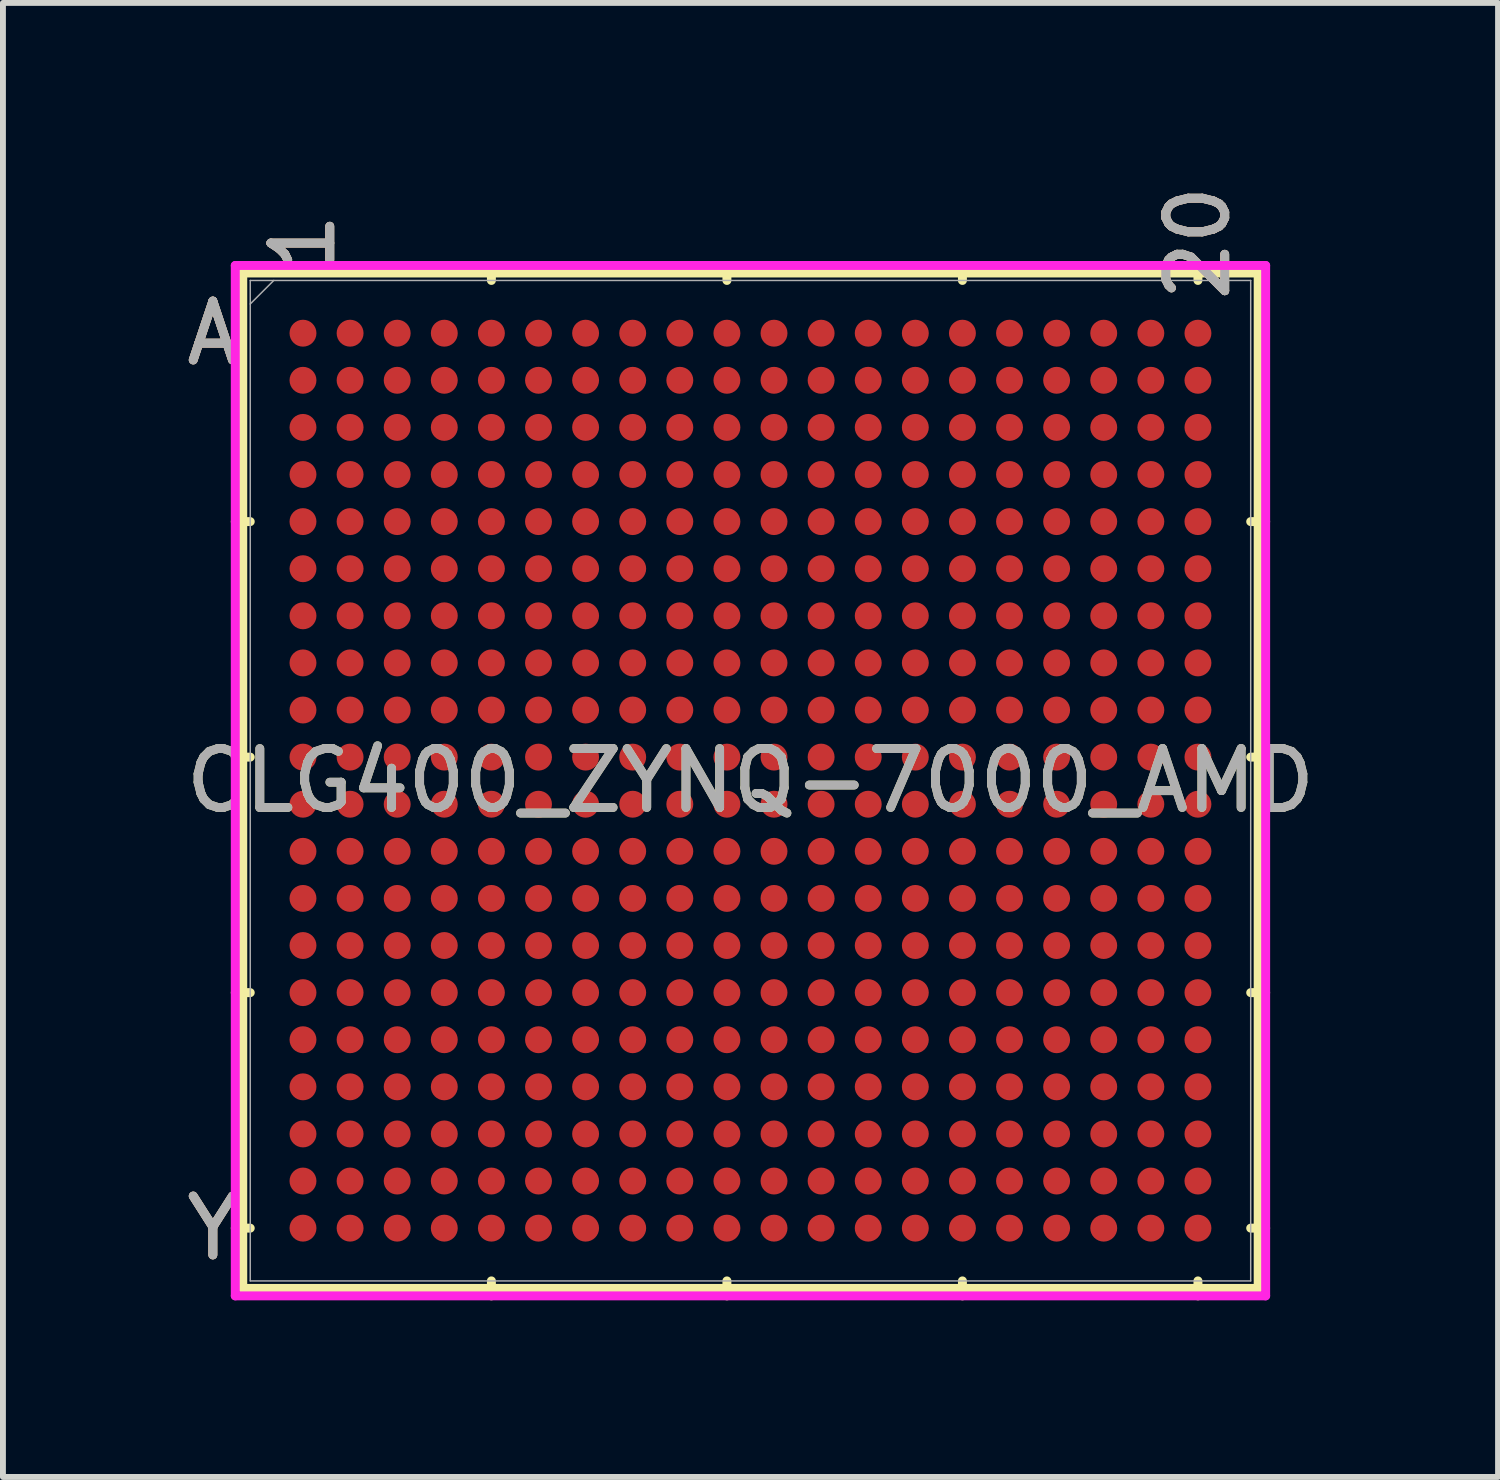
<source format=kicad_pcb>
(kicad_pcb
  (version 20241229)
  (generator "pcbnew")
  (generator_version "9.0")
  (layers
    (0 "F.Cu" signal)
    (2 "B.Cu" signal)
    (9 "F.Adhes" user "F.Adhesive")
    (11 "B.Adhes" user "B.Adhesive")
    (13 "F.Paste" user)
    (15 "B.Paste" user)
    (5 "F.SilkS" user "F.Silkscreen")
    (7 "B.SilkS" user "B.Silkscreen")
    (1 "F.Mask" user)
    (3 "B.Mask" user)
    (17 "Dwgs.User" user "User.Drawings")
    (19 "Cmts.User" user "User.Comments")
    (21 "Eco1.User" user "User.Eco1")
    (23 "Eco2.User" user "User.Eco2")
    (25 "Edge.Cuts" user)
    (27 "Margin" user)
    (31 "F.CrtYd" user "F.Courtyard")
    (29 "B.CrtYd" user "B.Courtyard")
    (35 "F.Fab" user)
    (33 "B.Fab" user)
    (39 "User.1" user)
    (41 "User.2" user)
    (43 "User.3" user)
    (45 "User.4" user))
  (footprint "CLG400_ZYNQ-7000_AMD"
    (layer "F.Cu")
    (at 9.696 10.209)
    (property "Reference" "CLG400_ZYNQ-7000_AMD" (at 0 0 0) (unlocked yes) (layer "F.SilkS") (effects (font (size 1 1) (thickness 0.15))))
    (attr smd)
    (fp_line (start -8.623 -8.623) (end -8.623 8.623) (stroke (width 0.152) (type solid)) (layer "F.SilkS"))
    (fp_line (start -8.623 8.623) (end 8.623 8.623) (stroke (width 0.152) (type solid)) (layer "F.SilkS"))
    (fp_line (start -8.496 -4.4) (end -8.75 -4.4) (stroke (width 0.152) (type solid)) (layer "F.SilkS"))
    (fp_line (start -8.496 -0.4) (end -8.75 -0.4) (stroke (width 0.152) (type solid)) (layer "F.SilkS"))
    (fp_line (start -8.496 3.6) (end -8.75 3.6) (stroke (width 0.152) (type solid)) (layer "F.SilkS"))
    (fp_line (start -8.496 7.6) (end -8.75 7.6) (stroke (width 0.152) (type solid)) (layer "F.SilkS"))
    (fp_line (start -4.4 -8.496) (end -4.4 -8.75) (stroke (width 0.152) (type solid)) (layer "F.SilkS"))
    (fp_line (start -4.4 8.496) (end -4.4 8.75) (stroke (width 0.152) (type solid)) (layer "F.SilkS"))
    (fp_line (start -0.4 -8.496) (end -0.4 -8.75) (stroke (width 0.152) (type solid)) (layer "F.SilkS"))
    (fp_line (start -0.4 8.496) (end -0.4 8.75) (stroke (width 0.152) (type solid)) (layer "F.SilkS"))
    (fp_line (start 3.6 -8.496) (end 3.6 -8.75) (stroke (width 0.152) (type solid)) (layer "F.SilkS"))
    (fp_line (start 3.6 8.496) (end 3.6 8.75) (stroke (width 0.152) (type solid)) (layer "F.SilkS"))
    (fp_line (start 7.6 -8.496) (end 7.6 -8.75) (stroke (width 0.152) (type solid)) (layer "F.SilkS"))
    (fp_line (start 7.6 8.496) (end 7.6 8.75) (stroke (width 0.152) (type solid)) (layer "F.SilkS"))
    (fp_line (start 8.496 -4.4) (end 8.75 -4.4) (stroke (width 0.152) (type solid)) (layer "F.SilkS"))
    (fp_line (start 8.496 -0.4) (end 8.75 -0.4) (stroke (width 0.152) (type solid)) (layer "F.SilkS"))
    (fp_line (start 8.496 3.6) (end 8.75 3.6) (stroke (width 0.152) (type solid)) (layer "F.SilkS"))
    (fp_line (start 8.496 7.6) (end 8.75 7.6) (stroke (width 0.152) (type solid)) (layer "F.SilkS"))
    (fp_line (start 8.623 -8.623) (end -8.623 -8.623) (stroke (width 0.152) (type solid)) (layer "F.SilkS"))
    (fp_line (start 8.623 8.623) (end 8.623 -8.623) (stroke (width 0.152) (type solid)) (layer "F.SilkS"))
    (fp_poly (pts (xy -8.444 -8.444) (xy 8.444 -8.444) (xy 8.444 8.444) (xy -8.444 8.444)) (stroke (width 0.1) (type solid)) (fill no) (layer "Eco2.User"))
    (fp_line (start -8.75 -8.75) (end 8.75 -8.75) (stroke (width 0.152) (type solid)) (layer "F.CrtYd"))
    (fp_line (start -8.75 8.75) (end -8.75 -8.75) (stroke (width 0.152) (type solid)) (layer "F.CrtYd"))
    (fp_line (start 8.75 -8.75) (end 8.75 8.75) (stroke (width 0.152) (type solid)) (layer "F.CrtYd"))
    (fp_line (start 8.75 8.75) (end -8.75 8.75) (stroke (width 0.152) (type solid)) (layer "F.CrtYd"))
    (fp_line (start -8.496 -8.496) (end -8.496 8.496) (stroke (width 0.025) (type solid)) (layer "F.Fab"))
    (fp_line (start -8.496 8.496) (end 8.496 8.496) (stroke (width 0.025) (type solid)) (layer "F.Fab"))
    (fp_line (start -8.096 -8.496) (end -8.496 -8.096) (stroke (width 0.025) (type solid)) (layer "F.Fab"))
    (fp_line (start 8.496 -8.496) (end -8.496 -8.496) (stroke (width 0.025) (type solid)) (layer "F.Fab"))
    (fp_line (start 8.496 8.496) (end 8.496 -8.496) (stroke (width 0.025) (type solid)) (layer "F.Fab"))
    (fp_text user "20" (at 7.6 -9.131 90) (unlocked yes) (layer "F.SilkS") (effects (font (size 1 1) (thickness 0.15))))
    (fp_text user "1" (at -7.6 -9.131 90) (unlocked yes) (layer "F.SilkS") (effects (font (size 1 1) (thickness 0.15))))
    (fp_text user "A" (at -9.131 -7.6 0) (unlocked yes) (layer "F.SilkS") (effects (font (size 1 1) (thickness 0.15))))
    (fp_text user "Y" (at -9.131 7.6 0) (unlocked yes) (layer "F.SilkS") (effects (font (size 1 1) (thickness 0.15))))
    (fp_text user "Y" (at -9.131 7.6 0) (unlocked yes) (layer "B.SilkS") (effects (font (size 1 1) (thickness 0.15))))
    (fp_text user "A" (at -9.131 -7.6 0) (unlocked yes) (layer "B.SilkS") (effects (font (size 1 1) (thickness 0.15))))
    (fp_text user "1" (at -7.6 -9.131 90) (unlocked yes) (layer "B.SilkS") (effects (font (size 1 1) (thickness 0.15))))
    (fp_text user "20" (at 7.6 -9.131 90) (unlocked yes) (layer "B.SilkS") (effects (font (size 1 1) (thickness 0.15))))
    (fp_text user "A" (at -9.131 -7.6 0) (unlocked yes) (layer "F.Fab") (effects (font (size 1 1) (thickness 0.15))))
    (fp_text user "${REFERENCE}" (at 0 0 0) (unlocked yes) (layer "F.Fab") (effects (font (size 1 1) (thickness 0.15))))
    (fp_text user "Y" (at -9.131 7.6 0) (unlocked yes) (layer "F.Fab") (effects (font (size 1 1) (thickness 0.15))))
    (fp_text user "1" (at -7.6 -9.131 90) (unlocked yes) (layer "F.Fab") (effects (font (size 1 1) (thickness 0.15))))
    (fp_text user "20" (at 7.6 -9.131 90) (unlocked yes) (layer "F.Fab") (effects (font (size 1 1) (thickness 0.15))))
    (pad "A1" smd circle (at -7.6 -7.6) (size 0.457 0.457) (layers "F.Cu" "F.Mask" "F.Paste"))
    (pad "A2" smd circle (at -6.8 -7.6) (size 0.457 0.457) (layers "F.Cu" "F.Mask" "F.Paste"))
    (pad "A3" smd circle (at -6 -7.6) (size 0.457 0.457) (layers "F.Cu" "F.Mask" "F.Paste"))
    (pad "A4" smd circle (at -5.2 -7.6) (size 0.457 0.457) (layers "F.Cu" "F.Mask" "F.Paste"))
    (pad "A5" smd circle (at -4.4 -7.6) (size 0.457 0.457) (layers "F.Cu" "F.Mask" "F.Paste"))
    (pad "A6" smd circle (at -3.6 -7.6) (size 0.457 0.457) (layers "F.Cu" "F.Mask" "F.Paste"))
    (pad "A7" smd circle (at -2.8 -7.6) (size 0.457 0.457) (layers "F.Cu" "F.Mask" "F.Paste"))
    (pad "A8" smd circle (at -2 -7.6) (size 0.457 0.457) (layers "F.Cu" "F.Mask" "F.Paste"))
    (pad "A9" smd circle (at -1.2 -7.6) (size 0.457 0.457) (layers "F.Cu" "F.Mask" "F.Paste"))
    (pad "A10" smd circle (at -0.4 -7.6) (size 0.457 0.457) (layers "F.Cu" "F.Mask" "F.Paste"))
    (pad "A11" smd circle (at 0.4 -7.6) (size 0.457 0.457) (layers "F.Cu" "F.Mask" "F.Paste"))
    (pad "A12" smd circle (at 1.2 -7.6) (size 0.457 0.457) (layers "F.Cu" "F.Mask" "F.Paste"))
    (pad "A13" smd circle (at 2 -7.6) (size 0.457 0.457) (layers "F.Cu" "F.Mask" "F.Paste"))
    (pad "A14" smd circle (at 2.8 -7.6) (size 0.457 0.457) (layers "F.Cu" "F.Mask" "F.Paste"))
    (pad "A15" smd circle (at 3.6 -7.6) (size 0.457 0.457) (layers "F.Cu" "F.Mask" "F.Paste"))
    (pad "A16" smd circle (at 4.4 -7.6) (size 0.457 0.457) (layers "F.Cu" "F.Mask" "F.Paste"))
    (pad "A17" smd circle (at 5.2 -7.6) (size 0.457 0.457) (layers "F.Cu" "F.Mask" "F.Paste"))
    (pad "A18" smd circle (at 6 -7.6) (size 0.457 0.457) (layers "F.Cu" "F.Mask" "F.Paste"))
    (pad "A19" smd circle (at 6.8 -7.6) (size 0.457 0.457) (layers "F.Cu" "F.Mask" "F.Paste"))
    (pad "A20" smd circle (at 7.6 -7.6) (size 0.457 0.457) (layers "F.Cu" "F.Mask" "F.Paste"))
    (pad "B1" smd circle (at -7.6 -6.8) (size 0.457 0.457) (layers "F.Cu" "F.Mask" "F.Paste"))
    (pad "B2" smd circle (at -6.8 -6.8) (size 0.457 0.457) (layers "F.Cu" "F.Mask" "F.Paste"))
    (pad "B3" smd circle (at -6 -6.8) (size 0.457 0.457) (layers "F.Cu" "F.Mask" "F.Paste"))
    (pad "B4" smd circle (at -5.2 -6.8) (size 0.457 0.457) (layers "F.Cu" "F.Mask" "F.Paste"))
    (pad "B5" smd circle (at -4.4 -6.8) (size 0.457 0.457) (layers "F.Cu" "F.Mask" "F.Paste"))
    (pad "B6" smd circle (at -3.6 -6.8) (size 0.457 0.457) (layers "F.Cu" "F.Mask" "F.Paste"))
    (pad "B7" smd circle (at -2.8 -6.8) (size 0.457 0.457) (layers "F.Cu" "F.Mask" "F.Paste"))
    (pad "B8" smd circle (at -2 -6.8) (size 0.457 0.457) (layers "F.Cu" "F.Mask" "F.Paste"))
    (pad "B9" smd circle (at -1.2 -6.8) (size 0.457 0.457) (layers "F.Cu" "F.Mask" "F.Paste"))
    (pad "B10" smd circle (at -0.4 -6.8) (size 0.457 0.457) (layers "F.Cu" "F.Mask" "F.Paste"))
    (pad "B11" smd circle (at 0.4 -6.8) (size 0.457 0.457) (layers "F.Cu" "F.Mask" "F.Paste"))
    (pad "B12" smd circle (at 1.2 -6.8) (size 0.457 0.457) (layers "F.Cu" "F.Mask" "F.Paste"))
    (pad "B13" smd circle (at 2 -6.8) (size 0.457 0.457) (layers "F.Cu" "F.Mask" "F.Paste"))
    (pad "B14" smd circle (at 2.8 -6.8) (size 0.457 0.457) (layers "F.Cu" "F.Mask" "F.Paste"))
    (pad "B15" smd circle (at 3.6 -6.8) (size 0.457 0.457) (layers "F.Cu" "F.Mask" "F.Paste"))
    (pad "B16" smd circle (at 4.4 -6.8) (size 0.457 0.457) (layers "F.Cu" "F.Mask" "F.Paste"))
    (pad "B17" smd circle (at 5.2 -6.8) (size 0.457 0.457) (layers "F.Cu" "F.Mask" "F.Paste"))
    (pad "B18" smd circle (at 6 -6.8) (size 0.457 0.457) (layers "F.Cu" "F.Mask" "F.Paste"))
    (pad "B19" smd circle (at 6.8 -6.8) (size 0.457 0.457) (layers "F.Cu" "F.Mask" "F.Paste"))
    (pad "B20" smd circle (at 7.6 -6.8) (size 0.457 0.457) (layers "F.Cu" "F.Mask" "F.Paste"))
    (pad "C1" smd circle (at -7.6 -6) (size 0.457 0.457) (layers "F.Cu" "F.Mask" "F.Paste"))
    (pad "C2" smd circle (at -6.8 -6) (size 0.457 0.457) (layers "F.Cu" "F.Mask" "F.Paste"))
    (pad "C3" smd circle (at -6 -6) (size 0.457 0.457) (layers "F.Cu" "F.Mask" "F.Paste"))
    (pad "C4" smd circle (at -5.2 -6) (size 0.457 0.457) (layers "F.Cu" "F.Mask" "F.Paste"))
    (pad "C5" smd circle (at -4.4 -6) (size 0.457 0.457) (layers "F.Cu" "F.Mask" "F.Paste"))
    (pad "C6" smd circle (at -3.6 -6) (size 0.457 0.457) (layers "F.Cu" "F.Mask" "F.Paste"))
    (pad "C7" smd circle (at -2.8 -6) (size 0.457 0.457) (layers "F.Cu" "F.Mask" "F.Paste"))
    (pad "C8" smd circle (at -2 -6) (size 0.457 0.457) (layers "F.Cu" "F.Mask" "F.Paste"))
    (pad "C9" smd circle (at -1.2 -6) (size 0.457 0.457) (layers "F.Cu" "F.Mask" "F.Paste"))
    (pad "C10" smd circle (at -0.4 -6) (size 0.457 0.457) (layers "F.Cu" "F.Mask" "F.Paste"))
    (pad "C11" smd circle (at 0.4 -6) (size 0.457 0.457) (layers "F.Cu" "F.Mask" "F.Paste"))
    (pad "C12" smd circle (at 1.2 -6) (size 0.457 0.457) (layers "F.Cu" "F.Mask" "F.Paste"))
    (pad "C13" smd circle (at 2 -6) (size 0.457 0.457) (layers "F.Cu" "F.Mask" "F.Paste"))
    (pad "C14" smd circle (at 2.8 -6) (size 0.457 0.457) (layers "F.Cu" "F.Mask" "F.Paste"))
    (pad "C15" smd circle (at 3.6 -6) (size 0.457 0.457) (layers "F.Cu" "F.Mask" "F.Paste"))
    (pad "C16" smd circle (at 4.4 -6) (size 0.457 0.457) (layers "F.Cu" "F.Mask" "F.Paste"))
    (pad "C17" smd circle (at 5.2 -6) (size 0.457 0.457) (layers "F.Cu" "F.Mask" "F.Paste"))
    (pad "C18" smd circle (at 6 -6) (size 0.457 0.457) (layers "F.Cu" "F.Mask" "F.Paste"))
    (pad "C19" smd circle (at 6.8 -6) (size 0.457 0.457) (layers "F.Cu" "F.Mask" "F.Paste"))
    (pad "C20" smd circle (at 7.6 -6) (size 0.457 0.457) (layers "F.Cu" "F.Mask" "F.Paste"))
    (pad "D1" smd circle (at -7.6 -5.2) (size 0.457 0.457) (layers "F.Cu" "F.Mask" "F.Paste"))
    (pad "D2" smd circle (at -6.8 -5.2) (size 0.457 0.457) (layers "F.Cu" "F.Mask" "F.Paste"))
    (pad "D3" smd circle (at -6 -5.2) (size 0.457 0.457) (layers "F.Cu" "F.Mask" "F.Paste"))
    (pad "D4" smd circle (at -5.2 -5.2) (size 0.457 0.457) (layers "F.Cu" "F.Mask" "F.Paste"))
    (pad "D5" smd circle (at -4.4 -5.2) (size 0.457 0.457) (layers "F.Cu" "F.Mask" "F.Paste"))
    (pad "D6" smd circle (at -3.6 -5.2) (size 0.457 0.457) (layers "F.Cu" "F.Mask" "F.Paste"))
    (pad "D7" smd circle (at -2.8 -5.2) (size 0.457 0.457) (layers "F.Cu" "F.Mask" "F.Paste"))
    (pad "D8" smd circle (at -2 -5.2) (size 0.457 0.457) (layers "F.Cu" "F.Mask" "F.Paste"))
    (pad "D9" smd circle (at -1.2 -5.2) (size 0.457 0.457) (layers "F.Cu" "F.Mask" "F.Paste"))
    (pad "D10" smd circle (at -0.4 -5.2) (size 0.457 0.457) (layers "F.Cu" "F.Mask" "F.Paste"))
    (pad "D11" smd circle (at 0.4 -5.2) (size 0.457 0.457) (layers "F.Cu" "F.Mask" "F.Paste"))
    (pad "D12" smd circle (at 1.2 -5.2) (size 0.457 0.457) (layers "F.Cu" "F.Mask" "F.Paste"))
    (pad "D13" smd circle (at 2 -5.2) (size 0.457 0.457) (layers "F.Cu" "F.Mask" "F.Paste"))
    (pad "D14" smd circle (at 2.8 -5.2) (size 0.457 0.457) (layers "F.Cu" "F.Mask" "F.Paste"))
    (pad "D15" smd circle (at 3.6 -5.2) (size 0.457 0.457) (layers "F.Cu" "F.Mask" "F.Paste"))
    (pad "D16" smd circle (at 4.4 -5.2) (size 0.457 0.457) (layers "F.Cu" "F.Mask" "F.Paste"))
    (pad "D17" smd circle (at 5.2 -5.2) (size 0.457 0.457) (layers "F.Cu" "F.Mask" "F.Paste"))
    (pad "D18" smd circle (at 6 -5.2) (size 0.457 0.457) (layers "F.Cu" "F.Mask" "F.Paste"))
    (pad "D19" smd circle (at 6.8 -5.2) (size 0.457 0.457) (layers "F.Cu" "F.Mask" "F.Paste"))
    (pad "D20" smd circle (at 7.6 -5.2) (size 0.457 0.457) (layers "F.Cu" "F.Mask" "F.Paste"))
    (pad "E1" smd circle (at -7.6 -4.4) (size 0.457 0.457) (layers "F.Cu" "F.Mask" "F.Paste"))
    (pad "E2" smd circle (at -6.8 -4.4) (size 0.457 0.457) (layers "F.Cu" "F.Mask" "F.Paste"))
    (pad "E3" smd circle (at -6 -4.4) (size 0.457 0.457) (layers "F.Cu" "F.Mask" "F.Paste"))
    (pad "E4" smd circle (at -5.2 -4.4) (size 0.457 0.457) (layers "F.Cu" "F.Mask" "F.Paste"))
    (pad "E5" smd circle (at -4.4 -4.4) (size 0.457 0.457) (layers "F.Cu" "F.Mask" "F.Paste"))
    (pad "E6" smd circle (at -3.6 -4.4) (size 0.457 0.457) (layers "F.Cu" "F.Mask" "F.Paste"))
    (pad "E7" smd circle (at -2.8 -4.4) (size 0.457 0.457) (layers "F.Cu" "F.Mask" "F.Paste"))
    (pad "E8" smd circle (at -2 -4.4) (size 0.457 0.457) (layers "F.Cu" "F.Mask" "F.Paste"))
    (pad "E9" smd circle (at -1.2 -4.4) (size 0.457 0.457) (layers "F.Cu" "F.Mask" "F.Paste"))
    (pad "E10" smd circle (at -0.4 -4.4) (size 0.457 0.457) (layers "F.Cu" "F.Mask" "F.Paste"))
    (pad "E11" smd circle (at 0.4 -4.4) (size 0.457 0.457) (layers "F.Cu" "F.Mask" "F.Paste"))
    (pad "E12" smd circle (at 1.2 -4.4) (size 0.457 0.457) (layers "F.Cu" "F.Mask" "F.Paste"))
    (pad "E13" smd circle (at 2 -4.4) (size 0.457 0.457) (layers "F.Cu" "F.Mask" "F.Paste"))
    (pad "E14" smd circle (at 2.8 -4.4) (size 0.457 0.457) (layers "F.Cu" "F.Mask" "F.Paste"))
    (pad "E15" smd circle (at 3.6 -4.4) (size 0.457 0.457) (layers "F.Cu" "F.Mask" "F.Paste"))
    (pad "E16" smd circle (at 4.4 -4.4) (size 0.457 0.457) (layers "F.Cu" "F.Mask" "F.Paste"))
    (pad "E17" smd circle (at 5.2 -4.4) (size 0.457 0.457) (layers "F.Cu" "F.Mask" "F.Paste"))
    (pad "E18" smd circle (at 6 -4.4) (size 0.457 0.457) (layers "F.Cu" "F.Mask" "F.Paste"))
    (pad "E19" smd circle (at 6.8 -4.4) (size 0.457 0.457) (layers "F.Cu" "F.Mask" "F.Paste"))
    (pad "E20" smd circle (at 7.6 -4.4) (size 0.457 0.457) (layers "F.Cu" "F.Mask" "F.Paste"))
    (pad "F1" smd circle (at -7.6 -3.6) (size 0.457 0.457) (layers "F.Cu" "F.Mask" "F.Paste"))
    (pad "F2" smd circle (at -6.8 -3.6) (size 0.457 0.457) (layers "F.Cu" "F.Mask" "F.Paste"))
    (pad "F3" smd circle (at -6 -3.6) (size 0.457 0.457) (layers "F.Cu" "F.Mask" "F.Paste"))
    (pad "F4" smd circle (at -5.2 -3.6) (size 0.457 0.457) (layers "F.Cu" "F.Mask" "F.Paste"))
    (pad "F5" smd circle (at -4.4 -3.6) (size 0.457 0.457) (layers "F.Cu" "F.Mask" "F.Paste"))
    (pad "F6" smd circle (at -3.6 -3.6) (size 0.457 0.457) (layers "F.Cu" "F.Mask" "F.Paste"))
    (pad "F7" smd circle (at -2.8 -3.6) (size 0.457 0.457) (layers "F.Cu" "F.Mask" "F.Paste"))
    (pad "F8" smd circle (at -2 -3.6) (size 0.457 0.457) (layers "F.Cu" "F.Mask" "F.Paste"))
    (pad "F9" smd circle (at -1.2 -3.6) (size 0.457 0.457) (layers "F.Cu" "F.Mask" "F.Paste"))
    (pad "F10" smd circle (at -0.4 -3.6) (size 0.457 0.457) (layers "F.Cu" "F.Mask" "F.Paste"))
    (pad "F11" smd circle (at 0.4 -3.6) (size 0.457 0.457) (layers "F.Cu" "F.Mask" "F.Paste"))
    (pad "F12" smd circle (at 1.2 -3.6) (size 0.457 0.457) (layers "F.Cu" "F.Mask" "F.Paste"))
    (pad "F13" smd circle (at 2 -3.6) (size 0.457 0.457) (layers "F.Cu" "F.Mask" "F.Paste"))
    (pad "F14" smd circle (at 2.8 -3.6) (size 0.457 0.457) (layers "F.Cu" "F.Mask" "F.Paste"))
    (pad "F15" smd circle (at 3.6 -3.6) (size 0.457 0.457) (layers "F.Cu" "F.Mask" "F.Paste"))
    (pad "F16" smd circle (at 4.4 -3.6) (size 0.457 0.457) (layers "F.Cu" "F.Mask" "F.Paste"))
    (pad "F17" smd circle (at 5.2 -3.6) (size 0.457 0.457) (layers "F.Cu" "F.Mask" "F.Paste"))
    (pad "F18" smd circle (at 6 -3.6) (size 0.457 0.457) (layers "F.Cu" "F.Mask" "F.Paste"))
    (pad "F19" smd circle (at 6.8 -3.6) (size 0.457 0.457) (layers "F.Cu" "F.Mask" "F.Paste"))
    (pad "F20" smd circle (at 7.6 -3.6) (size 0.457 0.457) (layers "F.Cu" "F.Mask" "F.Paste"))
    (pad "G1" smd circle (at -7.6 -2.8) (size 0.457 0.457) (layers "F.Cu" "F.Mask" "F.Paste"))
    (pad "G2" smd circle (at -6.8 -2.8) (size 0.457 0.457) (layers "F.Cu" "F.Mask" "F.Paste"))
    (pad "G3" smd circle (at -6 -2.8) (size 0.457 0.457) (layers "F.Cu" "F.Mask" "F.Paste"))
    (pad "G4" smd circle (at -5.2 -2.8) (size 0.457 0.457) (layers "F.Cu" "F.Mask" "F.Paste"))
    (pad "G5" smd circle (at -4.4 -2.8) (size 0.457 0.457) (layers "F.Cu" "F.Mask" "F.Paste"))
    (pad "G6" smd circle (at -3.6 -2.8) (size 0.457 0.457) (layers "F.Cu" "F.Mask" "F.Paste"))
    (pad "G7" smd circle (at -2.8 -2.8) (size 0.457 0.457) (layers "F.Cu" "F.Mask" "F.Paste"))
    (pad "G8" smd circle (at -2 -2.8) (size 0.457 0.457) (layers "F.Cu" "F.Mask" "F.Paste"))
    (pad "G9" smd circle (at -1.2 -2.8) (size 0.457 0.457) (layers "F.Cu" "F.Mask" "F.Paste"))
    (pad "G10" smd circle (at -0.4 -2.8) (size 0.457 0.457) (layers "F.Cu" "F.Mask" "F.Paste"))
    (pad "G11" smd circle (at 0.4 -2.8) (size 0.457 0.457) (layers "F.Cu" "F.Mask" "F.Paste"))
    (pad "G12" smd circle (at 1.2 -2.8) (size 0.457 0.457) (layers "F.Cu" "F.Mask" "F.Paste"))
    (pad "G13" smd circle (at 2 -2.8) (size 0.457 0.457) (layers "F.Cu" "F.Mask" "F.Paste"))
    (pad "G14" smd circle (at 2.8 -2.8) (size 0.457 0.457) (layers "F.Cu" "F.Mask" "F.Paste"))
    (pad "G15" smd circle (at 3.6 -2.8) (size 0.457 0.457) (layers "F.Cu" "F.Mask" "F.Paste"))
    (pad "G16" smd circle (at 4.4 -2.8) (size 0.457 0.457) (layers "F.Cu" "F.Mask" "F.Paste"))
    (pad "G17" smd circle (at 5.2 -2.8) (size 0.457 0.457) (layers "F.Cu" "F.Mask" "F.Paste"))
    (pad "G18" smd circle (at 6 -2.8) (size 0.457 0.457) (layers "F.Cu" "F.Mask" "F.Paste"))
    (pad "G19" smd circle (at 6.8 -2.8) (size 0.457 0.457) (layers "F.Cu" "F.Mask" "F.Paste"))
    (pad "G20" smd circle (at 7.6 -2.8) (size 0.457 0.457) (layers "F.Cu" "F.Mask" "F.Paste"))
    (pad "H1" smd circle (at -7.6 -2) (size 0.457 0.457) (layers "F.Cu" "F.Mask" "F.Paste"))
    (pad "H2" smd circle (at -6.8 -2) (size 0.457 0.457) (layers "F.Cu" "F.Mask" "F.Paste"))
    (pad "H3" smd circle (at -6 -2) (size 0.457 0.457) (layers "F.Cu" "F.Mask" "F.Paste"))
    (pad "H4" smd circle (at -5.2 -2) (size 0.457 0.457) (layers "F.Cu" "F.Mask" "F.Paste"))
    (pad "H5" smd circle (at -4.4 -2) (size 0.457 0.457) (layers "F.Cu" "F.Mask" "F.Paste"))
    (pad "H6" smd circle (at -3.6 -2) (size 0.457 0.457) (layers "F.Cu" "F.Mask" "F.Paste"))
    (pad "H7" smd circle (at -2.8 -2) (size 0.457 0.457) (layers "F.Cu" "F.Mask" "F.Paste"))
    (pad "H8" smd circle (at -2 -2) (size 0.457 0.457) (layers "F.Cu" "F.Mask" "F.Paste"))
    (pad "H9" smd circle (at -1.2 -2) (size 0.457 0.457) (layers "F.Cu" "F.Mask" "F.Paste"))
    (pad "H10" smd circle (at -0.4 -2) (size 0.457 0.457) (layers "F.Cu" "F.Mask" "F.Paste"))
    (pad "H11" smd circle (at 0.4 -2) (size 0.457 0.457) (layers "F.Cu" "F.Mask" "F.Paste"))
    (pad "H12" smd circle (at 1.2 -2) (size 0.457 0.457) (layers "F.Cu" "F.Mask" "F.Paste"))
    (pad "H13" smd circle (at 2 -2) (size 0.457 0.457) (layers "F.Cu" "F.Mask" "F.Paste"))
    (pad "H14" smd circle (at 2.8 -2) (size 0.457 0.457) (layers "F.Cu" "F.Mask" "F.Paste"))
    (pad "H15" smd circle (at 3.6 -2) (size 0.457 0.457) (layers "F.Cu" "F.Mask" "F.Paste"))
    (pad "H16" smd circle (at 4.4 -2) (size 0.457 0.457) (layers "F.Cu" "F.Mask" "F.Paste"))
    (pad "H17" smd circle (at 5.2 -2) (size 0.457 0.457) (layers "F.Cu" "F.Mask" "F.Paste"))
    (pad "H18" smd circle (at 6 -2) (size 0.457 0.457) (layers "F.Cu" "F.Mask" "F.Paste"))
    (pad "H19" smd circle (at 6.8 -2) (size 0.457 0.457) (layers "F.Cu" "F.Mask" "F.Paste"))
    (pad "H20" smd circle (at 7.6 -2) (size 0.457 0.457) (layers "F.Cu" "F.Mask" "F.Paste"))
    (pad "J1" smd circle (at -7.6 -1.2) (size 0.457 0.457) (layers "F.Cu" "F.Mask" "F.Paste"))
    (pad "J2" smd circle (at -6.8 -1.2) (size 0.457 0.457) (layers "F.Cu" "F.Mask" "F.Paste"))
    (pad "J3" smd circle (at -6 -1.2) (size 0.457 0.457) (layers "F.Cu" "F.Mask" "F.Paste"))
    (pad "J4" smd circle (at -5.2 -1.2) (size 0.457 0.457) (layers "F.Cu" "F.Mask" "F.Paste"))
    (pad "J5" smd circle (at -4.4 -1.2) (size 0.457 0.457) (layers "F.Cu" "F.Mask" "F.Paste"))
    (pad "J6" smd circle (at -3.6 -1.2) (size 0.457 0.457) (layers "F.Cu" "F.Mask" "F.Paste"))
    (pad "J7" smd circle (at -2.8 -1.2) (size 0.457 0.457) (layers "F.Cu" "F.Mask" "F.Paste"))
    (pad "J8" smd circle (at -2 -1.2) (size 0.457 0.457) (layers "F.Cu" "F.Mask" "F.Paste"))
    (pad "J9" smd circle (at -1.2 -1.2) (size 0.457 0.457) (layers "F.Cu" "F.Mask" "F.Paste"))
    (pad "J10" smd circle (at -0.4 -1.2) (size 0.457 0.457) (layers "F.Cu" "F.Mask" "F.Paste"))
    (pad "J11" smd circle (at 0.4 -1.2) (size 0.457 0.457) (layers "F.Cu" "F.Mask" "F.Paste"))
    (pad "J12" smd circle (at 1.2 -1.2) (size 0.457 0.457) (layers "F.Cu" "F.Mask" "F.Paste"))
    (pad "J13" smd circle (at 2 -1.2) (size 0.457 0.457) (layers "F.Cu" "F.Mask" "F.Paste"))
    (pad "J14" smd circle (at 2.8 -1.2) (size 0.457 0.457) (layers "F.Cu" "F.Mask" "F.Paste"))
    (pad "J15" smd circle (at 3.6 -1.2) (size 0.457 0.457) (layers "F.Cu" "F.Mask" "F.Paste"))
    (pad "J16" smd circle (at 4.4 -1.2) (size 0.457 0.457) (layers "F.Cu" "F.Mask" "F.Paste"))
    (pad "J17" smd circle (at 5.2 -1.2) (size 0.457 0.457) (layers "F.Cu" "F.Mask" "F.Paste"))
    (pad "J18" smd circle (at 6 -1.2) (size 0.457 0.457) (layers "F.Cu" "F.Mask" "F.Paste"))
    (pad "J19" smd circle (at 6.8 -1.2) (size 0.457 0.457) (layers "F.Cu" "F.Mask" "F.Paste"))
    (pad "J20" smd circle (at 7.6 -1.2) (size 0.457 0.457) (layers "F.Cu" "F.Mask" "F.Paste"))
    (pad "K1" smd circle (at -7.6 -0.4) (size 0.457 0.457) (layers "F.Cu" "F.Mask" "F.Paste"))
    (pad "K2" smd circle (at -6.8 -0.4) (size 0.457 0.457) (layers "F.Cu" "F.Mask" "F.Paste"))
    (pad "K3" smd circle (at -6 -0.4) (size 0.457 0.457) (layers "F.Cu" "F.Mask" "F.Paste"))
    (pad "K4" smd circle (at -5.2 -0.4) (size 0.457 0.457) (layers "F.Cu" "F.Mask" "F.Paste"))
    (pad "K5" smd circle (at -4.4 -0.4) (size 0.457 0.457) (layers "F.Cu" "F.Mask" "F.Paste"))
    (pad "K6" smd circle (at -3.6 -0.4) (size 0.457 0.457) (layers "F.Cu" "F.Mask" "F.Paste"))
    (pad "K7" smd circle (at -2.8 -0.4) (size 0.457 0.457) (layers "F.Cu" "F.Mask" "F.Paste"))
    (pad "K8" smd circle (at -2 -0.4) (size 0.457 0.457) (layers "F.Cu" "F.Mask" "F.Paste"))
    (pad "K9" smd circle (at -1.2 -0.4) (size 0.457 0.457) (layers "F.Cu" "F.Mask" "F.Paste"))
    (pad "K10" smd circle (at -0.4 -0.4) (size 0.457 0.457) (layers "F.Cu" "F.Mask" "F.Paste"))
    (pad "K11" smd circle (at 0.4 -0.4) (size 0.457 0.457) (layers "F.Cu" "F.Mask" "F.Paste"))
    (pad "K12" smd circle (at 1.2 -0.4) (size 0.457 0.457) (layers "F.Cu" "F.Mask" "F.Paste"))
    (pad "K13" smd circle (at 2 -0.4) (size 0.457 0.457) (layers "F.Cu" "F.Mask" "F.Paste"))
    (pad "K14" smd circle (at 2.8 -0.4) (size 0.457 0.457) (layers "F.Cu" "F.Mask" "F.Paste"))
    (pad "K15" smd circle (at 3.6 -0.4) (size 0.457 0.457) (layers "F.Cu" "F.Mask" "F.Paste"))
    (pad "K16" smd circle (at 4.4 -0.4) (size 0.457 0.457) (layers "F.Cu" "F.Mask" "F.Paste"))
    (pad "K17" smd circle (at 5.2 -0.4) (size 0.457 0.457) (layers "F.Cu" "F.Mask" "F.Paste"))
    (pad "K18" smd circle (at 6 -0.4) (size 0.457 0.457) (layers "F.Cu" "F.Mask" "F.Paste"))
    (pad "K19" smd circle (at 6.8 -0.4) (size 0.457 0.457) (layers "F.Cu" "F.Mask" "F.Paste"))
    (pad "K20" smd circle (at 7.6 -0.4) (size 0.457 0.457) (layers "F.Cu" "F.Mask" "F.Paste"))
    (pad "L1" smd circle (at -7.6 0.4) (size 0.457 0.457) (layers "F.Cu" "F.Mask" "F.Paste"))
    (pad "L2" smd circle (at -6.8 0.4) (size 0.457 0.457) (layers "F.Cu" "F.Mask" "F.Paste"))
    (pad "L3" smd circle (at -6 0.4) (size 0.457 0.457) (layers "F.Cu" "F.Mask" "F.Paste"))
    (pad "L4" smd circle (at -5.2 0.4) (size 0.457 0.457) (layers "F.Cu" "F.Mask" "F.Paste"))
    (pad "L5" smd circle (at -4.4 0.4) (size 0.457 0.457) (layers "F.Cu" "F.Mask" "F.Paste"))
    (pad "L6" smd circle (at -3.6 0.4) (size 0.457 0.457) (layers "F.Cu" "F.Mask" "F.Paste"))
    (pad "L7" smd circle (at -2.8 0.4) (size 0.457 0.457) (layers "F.Cu" "F.Mask" "F.Paste"))
    (pad "L8" smd circle (at -2 0.4) (size 0.457 0.457) (layers "F.Cu" "F.Mask" "F.Paste"))
    (pad "L9" smd circle (at -1.2 0.4) (size 0.457 0.457) (layers "F.Cu" "F.Mask" "F.Paste"))
    (pad "L10" smd circle (at -0.4 0.4) (size 0.457 0.457) (layers "F.Cu" "F.Mask" "F.Paste"))
    (pad "L11" smd circle (at 0.4 0.4) (size 0.457 0.457) (layers "F.Cu" "F.Mask" "F.Paste"))
    (pad "L12" smd circle (at 1.2 0.4) (size 0.457 0.457) (layers "F.Cu" "F.Mask" "F.Paste"))
    (pad "L13" smd circle (at 2 0.4) (size 0.457 0.457) (layers "F.Cu" "F.Mask" "F.Paste"))
    (pad "L14" smd circle (at 2.8 0.4) (size 0.457 0.457) (layers "F.Cu" "F.Mask" "F.Paste"))
    (pad "L15" smd circle (at 3.6 0.4) (size 0.457 0.457) (layers "F.Cu" "F.Mask" "F.Paste"))
    (pad "L16" smd circle (at 4.4 0.4) (size 0.457 0.457) (layers "F.Cu" "F.Mask" "F.Paste"))
    (pad "L17" smd circle (at 5.2 0.4) (size 0.457 0.457) (layers "F.Cu" "F.Mask" "F.Paste"))
    (pad "L18" smd circle (at 6 0.4) (size 0.457 0.457) (layers "F.Cu" "F.Mask" "F.Paste"))
    (pad "L19" smd circle (at 6.8 0.4) (size 0.457 0.457) (layers "F.Cu" "F.Mask" "F.Paste"))
    (pad "L20" smd circle (at 7.6 0.4) (size 0.457 0.457) (layers "F.Cu" "F.Mask" "F.Paste"))
    (pad "M1" smd circle (at -7.6 1.2) (size 0.457 0.457) (layers "F.Cu" "F.Mask" "F.Paste"))
    (pad "M2" smd circle (at -6.8 1.2) (size 0.457 0.457) (layers "F.Cu" "F.Mask" "F.Paste"))
    (pad "M3" smd circle (at -6 1.2) (size 0.457 0.457) (layers "F.Cu" "F.Mask" "F.Paste"))
    (pad "M4" smd circle (at -5.2 1.2) (size 0.457 0.457) (layers "F.Cu" "F.Mask" "F.Paste"))
    (pad "M5" smd circle (at -4.4 1.2) (size 0.457 0.457) (layers "F.Cu" "F.Mask" "F.Paste"))
    (pad "M6" smd circle (at -3.6 1.2) (size 0.457 0.457) (layers "F.Cu" "F.Mask" "F.Paste"))
    (pad "M7" smd circle (at -2.8 1.2) (size 0.457 0.457) (layers "F.Cu" "F.Mask" "F.Paste"))
    (pad "M8" smd circle (at -2 1.2) (size 0.457 0.457) (layers "F.Cu" "F.Mask" "F.Paste"))
    (pad "M9" smd circle (at -1.2 1.2) (size 0.457 0.457) (layers "F.Cu" "F.Mask" "F.Paste"))
    (pad "M10" smd circle (at -0.4 1.2) (size 0.457 0.457) (layers "F.Cu" "F.Mask" "F.Paste"))
    (pad "M11" smd circle (at 0.4 1.2) (size 0.457 0.457) (layers "F.Cu" "F.Mask" "F.Paste"))
    (pad "M12" smd circle (at 1.2 1.2) (size 0.457 0.457) (layers "F.Cu" "F.Mask" "F.Paste"))
    (pad "M13" smd circle (at 2 1.2) (size 0.457 0.457) (layers "F.Cu" "F.Mask" "F.Paste"))
    (pad "M14" smd circle (at 2.8 1.2) (size 0.457 0.457) (layers "F.Cu" "F.Mask" "F.Paste"))
    (pad "M15" smd circle (at 3.6 1.2) (size 0.457 0.457) (layers "F.Cu" "F.Mask" "F.Paste"))
    (pad "M16" smd circle (at 4.4 1.2) (size 0.457 0.457) (layers "F.Cu" "F.Mask" "F.Paste"))
    (pad "M17" smd circle (at 5.2 1.2) (size 0.457 0.457) (layers "F.Cu" "F.Mask" "F.Paste"))
    (pad "M18" smd circle (at 6 1.2) (size 0.457 0.457) (layers "F.Cu" "F.Mask" "F.Paste"))
    (pad "M19" smd circle (at 6.8 1.2) (size 0.457 0.457) (layers "F.Cu" "F.Mask" "F.Paste"))
    (pad "M20" smd circle (at 7.6 1.2) (size 0.457 0.457) (layers "F.Cu" "F.Mask" "F.Paste"))
    (pad "N1" smd circle (at -7.6 2) (size 0.457 0.457) (layers "F.Cu" "F.Mask" "F.Paste"))
    (pad "N2" smd circle (at -6.8 2) (size 0.457 0.457) (layers "F.Cu" "F.Mask" "F.Paste"))
    (pad "N3" smd circle (at -6 2) (size 0.457 0.457) (layers "F.Cu" "F.Mask" "F.Paste"))
    (pad "N4" smd circle (at -5.2 2) (size 0.457 0.457) (layers "F.Cu" "F.Mask" "F.Paste"))
    (pad "N5" smd circle (at -4.4 2) (size 0.457 0.457) (layers "F.Cu" "F.Mask" "F.Paste"))
    (pad "N6" smd circle (at -3.6 2) (size 0.457 0.457) (layers "F.Cu" "F.Mask" "F.Paste"))
    (pad "N7" smd circle (at -2.8 2) (size 0.457 0.457) (layers "F.Cu" "F.Mask" "F.Paste"))
    (pad "N8" smd circle (at -2 2) (size 0.457 0.457) (layers "F.Cu" "F.Mask" "F.Paste"))
    (pad "N9" smd circle (at -1.2 2) (size 0.457 0.457) (layers "F.Cu" "F.Mask" "F.Paste"))
    (pad "N10" smd circle (at -0.4 2) (size 0.457 0.457) (layers "F.Cu" "F.Mask" "F.Paste"))
    (pad "N11" smd circle (at 0.4 2) (size 0.457 0.457) (layers "F.Cu" "F.Mask" "F.Paste"))
    (pad "N12" smd circle (at 1.2 2) (size 0.457 0.457) (layers "F.Cu" "F.Mask" "F.Paste"))
    (pad "N13" smd circle (at 2 2) (size 0.457 0.457) (layers "F.Cu" "F.Mask" "F.Paste"))
    (pad "N14" smd circle (at 2.8 2) (size 0.457 0.457) (layers "F.Cu" "F.Mask" "F.Paste"))
    (pad "N15" smd circle (at 3.6 2) (size 0.457 0.457) (layers "F.Cu" "F.Mask" "F.Paste"))
    (pad "N16" smd circle (at 4.4 2) (size 0.457 0.457) (layers "F.Cu" "F.Mask" "F.Paste"))
    (pad "N17" smd circle (at 5.2 2) (size 0.457 0.457) (layers "F.Cu" "F.Mask" "F.Paste"))
    (pad "N18" smd circle (at 6 2) (size 0.457 0.457) (layers "F.Cu" "F.Mask" "F.Paste"))
    (pad "N19" smd circle (at 6.8 2) (size 0.457 0.457) (layers "F.Cu" "F.Mask" "F.Paste"))
    (pad "N20" smd circle (at 7.6 2) (size 0.457 0.457) (layers "F.Cu" "F.Mask" "F.Paste"))
    (pad "P1" smd circle (at -7.6 2.8) (size 0.457 0.457) (layers "F.Cu" "F.Mask" "F.Paste"))
    (pad "P2" smd circle (at -6.8 2.8) (size 0.457 0.457) (layers "F.Cu" "F.Mask" "F.Paste"))
    (pad "P3" smd circle (at -6 2.8) (size 0.457 0.457) (layers "F.Cu" "F.Mask" "F.Paste"))
    (pad "P4" smd circle (at -5.2 2.8) (size 0.457 0.457) (layers "F.Cu" "F.Mask" "F.Paste"))
    (pad "P5" smd circle (at -4.4 2.8) (size 0.457 0.457) (layers "F.Cu" "F.Mask" "F.Paste"))
    (pad "P6" smd circle (at -3.6 2.8) (size 0.457 0.457) (layers "F.Cu" "F.Mask" "F.Paste"))
    (pad "P7" smd circle (at -2.8 2.8) (size 0.457 0.457) (layers "F.Cu" "F.Mask" "F.Paste"))
    (pad "P8" smd circle (at -2 2.8) (size 0.457 0.457) (layers "F.Cu" "F.Mask" "F.Paste"))
    (pad "P9" smd circle (at -1.2 2.8) (size 0.457 0.457) (layers "F.Cu" "F.Mask" "F.Paste"))
    (pad "P10" smd circle (at -0.4 2.8) (size 0.457 0.457) (layers "F.Cu" "F.Mask" "F.Paste"))
    (pad "P11" smd circle (at 0.4 2.8) (size 0.457 0.457) (layers "F.Cu" "F.Mask" "F.Paste"))
    (pad "P12" smd circle (at 1.2 2.8) (size 0.457 0.457) (layers "F.Cu" "F.Mask" "F.Paste"))
    (pad "P13" smd circle (at 2 2.8) (size 0.457 0.457) (layers "F.Cu" "F.Mask" "F.Paste"))
    (pad "P14" smd circle (at 2.8 2.8) (size 0.457 0.457) (layers "F.Cu" "F.Mask" "F.Paste"))
    (pad "P15" smd circle (at 3.6 2.8) (size 0.457 0.457) (layers "F.Cu" "F.Mask" "F.Paste"))
    (pad "P16" smd circle (at 4.4 2.8) (size 0.457 0.457) (layers "F.Cu" "F.Mask" "F.Paste"))
    (pad "P17" smd circle (at 5.2 2.8) (size 0.457 0.457) (layers "F.Cu" "F.Mask" "F.Paste"))
    (pad "P18" smd circle (at 6 2.8) (size 0.457 0.457) (layers "F.Cu" "F.Mask" "F.Paste"))
    (pad "P19" smd circle (at 6.8 2.8) (size 0.457 0.457) (layers "F.Cu" "F.Mask" "F.Paste"))
    (pad "P20" smd circle (at 7.6 2.8) (size 0.457 0.457) (layers "F.Cu" "F.Mask" "F.Paste"))
    (pad "R1" smd circle (at -7.6 3.6) (size 0.457 0.457) (layers "F.Cu" "F.Mask" "F.Paste"))
    (pad "R2" smd circle (at -6.8 3.6) (size 0.457 0.457) (layers "F.Cu" "F.Mask" "F.Paste"))
    (pad "R3" smd circle (at -6 3.6) (size 0.457 0.457) (layers "F.Cu" "F.Mask" "F.Paste"))
    (pad "R4" smd circle (at -5.2 3.6) (size 0.457 0.457) (layers "F.Cu" "F.Mask" "F.Paste"))
    (pad "R5" smd circle (at -4.4 3.6) (size 0.457 0.457) (layers "F.Cu" "F.Mask" "F.Paste"))
    (pad "R6" smd circle (at -3.6 3.6) (size 0.457 0.457) (layers "F.Cu" "F.Mask" "F.Paste"))
    (pad "R7" smd circle (at -2.8 3.6) (size 0.457 0.457) (layers "F.Cu" "F.Mask" "F.Paste"))
    (pad "R8" smd circle (at -2 3.6) (size 0.457 0.457) (layers "F.Cu" "F.Mask" "F.Paste"))
    (pad "R9" smd circle (at -1.2 3.6) (size 0.457 0.457) (layers "F.Cu" "F.Mask" "F.Paste"))
    (pad "R10" smd circle (at -0.4 3.6) (size 0.457 0.457) (layers "F.Cu" "F.Mask" "F.Paste"))
    (pad "R11" smd circle (at 0.4 3.6) (size 0.457 0.457) (layers "F.Cu" "F.Mask" "F.Paste"))
    (pad "R12" smd circle (at 1.2 3.6) (size 0.457 0.457) (layers "F.Cu" "F.Mask" "F.Paste"))
    (pad "R13" smd circle (at 2 3.6) (size 0.457 0.457) (layers "F.Cu" "F.Mask" "F.Paste"))
    (pad "R14" smd circle (at 2.8 3.6) (size 0.457 0.457) (layers "F.Cu" "F.Mask" "F.Paste"))
    (pad "R15" smd circle (at 3.6 3.6) (size 0.457 0.457) (layers "F.Cu" "F.Mask" "F.Paste"))
    (pad "R16" smd circle (at 4.4 3.6) (size 0.457 0.457) (layers "F.Cu" "F.Mask" "F.Paste"))
    (pad "R17" smd circle (at 5.2 3.6) (size 0.457 0.457) (layers "F.Cu" "F.Mask" "F.Paste"))
    (pad "R18" smd circle (at 6 3.6) (size 0.457 0.457) (layers "F.Cu" "F.Mask" "F.Paste"))
    (pad "R19" smd circle (at 6.8 3.6) (size 0.457 0.457) (layers "F.Cu" "F.Mask" "F.Paste"))
    (pad "R20" smd circle (at 7.6 3.6) (size 0.457 0.457) (layers "F.Cu" "F.Mask" "F.Paste"))
    (pad "T1" smd circle (at -7.6 4.4) (size 0.457 0.457) (layers "F.Cu" "F.Mask" "F.Paste"))
    (pad "T2" smd circle (at -6.8 4.4) (size 0.457 0.457) (layers "F.Cu" "F.Mask" "F.Paste"))
    (pad "T3" smd circle (at -6 4.4) (size 0.457 0.457) (layers "F.Cu" "F.Mask" "F.Paste"))
    (pad "T4" smd circle (at -5.2 4.4) (size 0.457 0.457) (layers "F.Cu" "F.Mask" "F.Paste"))
    (pad "T5" smd circle (at -4.4 4.4) (size 0.457 0.457) (layers "F.Cu" "F.Mask" "F.Paste"))
    (pad "T6" smd circle (at -3.6 4.4) (size 0.457 0.457) (layers "F.Cu" "F.Mask" "F.Paste"))
    (pad "T7" smd circle (at -2.8 4.4) (size 0.457 0.457) (layers "F.Cu" "F.Mask" "F.Paste"))
    (pad "T8" smd circle (at -2 4.4) (size 0.457 0.457) (layers "F.Cu" "F.Mask" "F.Paste"))
    (pad "T9" smd circle (at -1.2 4.4) (size 0.457 0.457) (layers "F.Cu" "F.Mask" "F.Paste"))
    (pad "T10" smd circle (at -0.4 4.4) (size 0.457 0.457) (layers "F.Cu" "F.Mask" "F.Paste"))
    (pad "T11" smd circle (at 0.4 4.4) (size 0.457 0.457) (layers "F.Cu" "F.Mask" "F.Paste"))
    (pad "T12" smd circle (at 1.2 4.4) (size 0.457 0.457) (layers "F.Cu" "F.Mask" "F.Paste"))
    (pad "T13" smd circle (at 2 4.4) (size 0.457 0.457) (layers "F.Cu" "F.Mask" "F.Paste"))
    (pad "T14" smd circle (at 2.8 4.4) (size 0.457 0.457) (layers "F.Cu" "F.Mask" "F.Paste"))
    (pad "T15" smd circle (at 3.6 4.4) (size 0.457 0.457) (layers "F.Cu" "F.Mask" "F.Paste"))
    (pad "T16" smd circle (at 4.4 4.4) (size 0.457 0.457) (layers "F.Cu" "F.Mask" "F.Paste"))
    (pad "T17" smd circle (at 5.2 4.4) (size 0.457 0.457) (layers "F.Cu" "F.Mask" "F.Paste"))
    (pad "T18" smd circle (at 6 4.4) (size 0.457 0.457) (layers "F.Cu" "F.Mask" "F.Paste"))
    (pad "T19" smd circle (at 6.8 4.4) (size 0.457 0.457) (layers "F.Cu" "F.Mask" "F.Paste"))
    (pad "T20" smd circle (at 7.6 4.4) (size 0.457 0.457) (layers "F.Cu" "F.Mask" "F.Paste"))
    (pad "U1" smd circle (at -7.6 5.2) (size 0.457 0.457) (layers "F.Cu" "F.Mask" "F.Paste"))
    (pad "U2" smd circle (at -6.8 5.2) (size 0.457 0.457) (layers "F.Cu" "F.Mask" "F.Paste"))
    (pad "U3" smd circle (at -6 5.2) (size 0.457 0.457) (layers "F.Cu" "F.Mask" "F.Paste"))
    (pad "U4" smd circle (at -5.2 5.2) (size 0.457 0.457) (layers "F.Cu" "F.Mask" "F.Paste"))
    (pad "U5" smd circle (at -4.4 5.2) (size 0.457 0.457) (layers "F.Cu" "F.Mask" "F.Paste"))
    (pad "U6" smd circle (at -3.6 5.2) (size 0.457 0.457) (layers "F.Cu" "F.Mask" "F.Paste"))
    (pad "U7" smd circle (at -2.8 5.2) (size 0.457 0.457) (layers "F.Cu" "F.Mask" "F.Paste"))
    (pad "U8" smd circle (at -2 5.2) (size 0.457 0.457) (layers "F.Cu" "F.Mask" "F.Paste"))
    (pad "U9" smd circle (at -1.2 5.2) (size 0.457 0.457) (layers "F.Cu" "F.Mask" "F.Paste"))
    (pad "U10" smd circle (at -0.4 5.2) (size 0.457 0.457) (layers "F.Cu" "F.Mask" "F.Paste"))
    (pad "U11" smd circle (at 0.4 5.2) (size 0.457 0.457) (layers "F.Cu" "F.Mask" "F.Paste"))
    (pad "U12" smd circle (at 1.2 5.2) (size 0.457 0.457) (layers "F.Cu" "F.Mask" "F.Paste"))
    (pad "U13" smd circle (at 2 5.2) (size 0.457 0.457) (layers "F.Cu" "F.Mask" "F.Paste"))
    (pad "U14" smd circle (at 2.8 5.2) (size 0.457 0.457) (layers "F.Cu" "F.Mask" "F.Paste"))
    (pad "U15" smd circle (at 3.6 5.2) (size 0.457 0.457) (layers "F.Cu" "F.Mask" "F.Paste"))
    (pad "U16" smd circle (at 4.4 5.2) (size 0.457 0.457) (layers "F.Cu" "F.Mask" "F.Paste"))
    (pad "U17" smd circle (at 5.2 5.2) (size 0.457 0.457) (layers "F.Cu" "F.Mask" "F.Paste"))
    (pad "U18" smd circle (at 6 5.2) (size 0.457 0.457) (layers "F.Cu" "F.Mask" "F.Paste"))
    (pad "U19" smd circle (at 6.8 5.2) (size 0.457 0.457) (layers "F.Cu" "F.Mask" "F.Paste"))
    (pad "U20" smd circle (at 7.6 5.2) (size 0.457 0.457) (layers "F.Cu" "F.Mask" "F.Paste"))
    (pad "V1" smd circle (at -7.6 6) (size 0.457 0.457) (layers "F.Cu" "F.Mask" "F.Paste"))
    (pad "V2" smd circle (at -6.8 6) (size 0.457 0.457) (layers "F.Cu" "F.Mask" "F.Paste"))
    (pad "V3" smd circle (at -6 6) (size 0.457 0.457) (layers "F.Cu" "F.Mask" "F.Paste"))
    (pad "V4" smd circle (at -5.2 6) (size 0.457 0.457) (layers "F.Cu" "F.Mask" "F.Paste"))
    (pad "V5" smd circle (at -4.4 6) (size 0.457 0.457) (layers "F.Cu" "F.Mask" "F.Paste"))
    (pad "V6" smd circle (at -3.6 6) (size 0.457 0.457) (layers "F.Cu" "F.Mask" "F.Paste"))
    (pad "V7" smd circle (at -2.8 6) (size 0.457 0.457) (layers "F.Cu" "F.Mask" "F.Paste"))
    (pad "V8" smd circle (at -2 6) (size 0.457 0.457) (layers "F.Cu" "F.Mask" "F.Paste"))
    (pad "V9" smd circle (at -1.2 6) (size 0.457 0.457) (layers "F.Cu" "F.Mask" "F.Paste"))
    (pad "V10" smd circle (at -0.4 6) (size 0.457 0.457) (layers "F.Cu" "F.Mask" "F.Paste"))
    (pad "V11" smd circle (at 0.4 6) (size 0.457 0.457) (layers "F.Cu" "F.Mask" "F.Paste"))
    (pad "V12" smd circle (at 1.2 6) (size 0.457 0.457) (layers "F.Cu" "F.Mask" "F.Paste"))
    (pad "V13" smd circle (at 2 6) (size 0.457 0.457) (layers "F.Cu" "F.Mask" "F.Paste"))
    (pad "V14" smd circle (at 2.8 6) (size 0.457 0.457) (layers "F.Cu" "F.Mask" "F.Paste"))
    (pad "V15" smd circle (at 3.6 6) (size 0.457 0.457) (layers "F.Cu" "F.Mask" "F.Paste"))
    (pad "V16" smd circle (at 4.4 6) (size 0.457 0.457) (layers "F.Cu" "F.Mask" "F.Paste"))
    (pad "V17" smd circle (at 5.2 6) (size 0.457 0.457) (layers "F.Cu" "F.Mask" "F.Paste"))
    (pad "V18" smd circle (at 6 6) (size 0.457 0.457) (layers "F.Cu" "F.Mask" "F.Paste"))
    (pad "V19" smd circle (at 6.8 6) (size 0.457 0.457) (layers "F.Cu" "F.Mask" "F.Paste"))
    (pad "V20" smd circle (at 7.6 6) (size 0.457 0.457) (layers "F.Cu" "F.Mask" "F.Paste"))
    (pad "W1" smd circle (at -7.6 6.8) (size 0.457 0.457) (layers "F.Cu" "F.Mask" "F.Paste"))
    (pad "W2" smd circle (at -6.8 6.8) (size 0.457 0.457) (layers "F.Cu" "F.Mask" "F.Paste"))
    (pad "W3" smd circle (at -6 6.8) (size 0.457 0.457) (layers "F.Cu" "F.Mask" "F.Paste"))
    (pad "W4" smd circle (at -5.2 6.8) (size 0.457 0.457) (layers "F.Cu" "F.Mask" "F.Paste"))
    (pad "W5" smd circle (at -4.4 6.8) (size 0.457 0.457) (layers "F.Cu" "F.Mask" "F.Paste"))
    (pad "W6" smd circle (at -3.6 6.8) (size 0.457 0.457) (layers "F.Cu" "F.Mask" "F.Paste"))
    (pad "W7" smd circle (at -2.8 6.8) (size 0.457 0.457) (layers "F.Cu" "F.Mask" "F.Paste"))
    (pad "W8" smd circle (at -2 6.8) (size 0.457 0.457) (layers "F.Cu" "F.Mask" "F.Paste"))
    (pad "W9" smd circle (at -1.2 6.8) (size 0.457 0.457) (layers "F.Cu" "F.Mask" "F.Paste"))
    (pad "W10" smd circle (at -0.4 6.8) (size 0.457 0.457) (layers "F.Cu" "F.Mask" "F.Paste"))
    (pad "W11" smd circle (at 0.4 6.8) (size 0.457 0.457) (layers "F.Cu" "F.Mask" "F.Paste"))
    (pad "W12" smd circle (at 1.2 6.8) (size 0.457 0.457) (layers "F.Cu" "F.Mask" "F.Paste"))
    (pad "W13" smd circle (at 2 6.8) (size 0.457 0.457) (layers "F.Cu" "F.Mask" "F.Paste"))
    (pad "W14" smd circle (at 2.8 6.8) (size 0.457 0.457) (layers "F.Cu" "F.Mask" "F.Paste"))
    (pad "W15" smd circle (at 3.6 6.8) (size 0.457 0.457) (layers "F.Cu" "F.Mask" "F.Paste"))
    (pad "W16" smd circle (at 4.4 6.8) (size 0.457 0.457) (layers "F.Cu" "F.Mask" "F.Paste"))
    (pad "W17" smd circle (at 5.2 6.8) (size 0.457 0.457) (layers "F.Cu" "F.Mask" "F.Paste"))
    (pad "W18" smd circle (at 6 6.8) (size 0.457 0.457) (layers "F.Cu" "F.Mask" "F.Paste"))
    (pad "W19" smd circle (at 6.8 6.8) (size 0.457 0.457) (layers "F.Cu" "F.Mask" "F.Paste"))
    (pad "W20" smd circle (at 7.6 6.8) (size 0.457 0.457) (layers "F.Cu" "F.Mask" "F.Paste"))
    (pad "Y1" smd circle (at -7.6 7.6) (size 0.457 0.457) (layers "F.Cu" "F.Mask" "F.Paste"))
    (pad "Y2" smd circle (at -6.8 7.6) (size 0.457 0.457) (layers "F.Cu" "F.Mask" "F.Paste"))
    (pad "Y3" smd circle (at -6 7.6) (size 0.457 0.457) (layers "F.Cu" "F.Mask" "F.Paste"))
    (pad "Y4" smd circle (at -5.2 7.6) (size 0.457 0.457) (layers "F.Cu" "F.Mask" "F.Paste"))
    (pad "Y5" smd circle (at -4.4 7.6) (size 0.457 0.457) (layers "F.Cu" "F.Mask" "F.Paste"))
    (pad "Y6" smd circle (at -3.6 7.6) (size 0.457 0.457) (layers "F.Cu" "F.Mask" "F.Paste"))
    (pad "Y7" smd circle (at -2.8 7.6) (size 0.457 0.457) (layers "F.Cu" "F.Mask" "F.Paste"))
    (pad "Y8" smd circle (at -2 7.6) (size 0.457 0.457) (layers "F.Cu" "F.Mask" "F.Paste"))
    (pad "Y9" smd circle (at -1.2 7.6) (size 0.457 0.457) (layers "F.Cu" "F.Mask" "F.Paste"))
    (pad "Y10" smd circle (at -0.4 7.6) (size 0.457 0.457) (layers "F.Cu" "F.Mask" "F.Paste"))
    (pad "Y11" smd circle (at 0.4 7.6) (size 0.457 0.457) (layers "F.Cu" "F.Mask" "F.Paste"))
    (pad "Y12" smd circle (at 1.2 7.6) (size 0.457 0.457) (layers "F.Cu" "F.Mask" "F.Paste"))
    (pad "Y13" smd circle (at 2 7.6) (size 0.457 0.457) (layers "F.Cu" "F.Mask" "F.Paste"))
    (pad "Y14" smd circle (at 2.8 7.6) (size 0.457 0.457) (layers "F.Cu" "F.Mask" "F.Paste"))
    (pad "Y15" smd circle (at 3.6 7.6) (size 0.457 0.457) (layers "F.Cu" "F.Mask" "F.Paste"))
    (pad "Y16" smd circle (at 4.4 7.6) (size 0.457 0.457) (layers "F.Cu" "F.Mask" "F.Paste"))
    (pad "Y17" smd circle (at 5.2 7.6) (size 0.457 0.457) (layers "F.Cu" "F.Mask" "F.Paste"))
    (pad "Y18" smd circle (at 6 7.6) (size 0.457 0.457) (layers "F.Cu" "F.Mask" "F.Paste"))
    (pad "Y19" smd circle (at 6.8 7.6) (size 0.457 0.457) (layers "F.Cu" "F.Mask" "F.Paste"))
    (pad "Y20" smd circle (at 7.6 7.6) (size 0.457 0.457) (layers "F.Cu" "F.Mask" "F.Paste")))
  (gr_rect
    (start -3 -3)
    (end 22.393 22.035)
    (stroke (width 0.1) (type default))
    (fill no)
    (layer "Edge.Cuts")))
</source>
